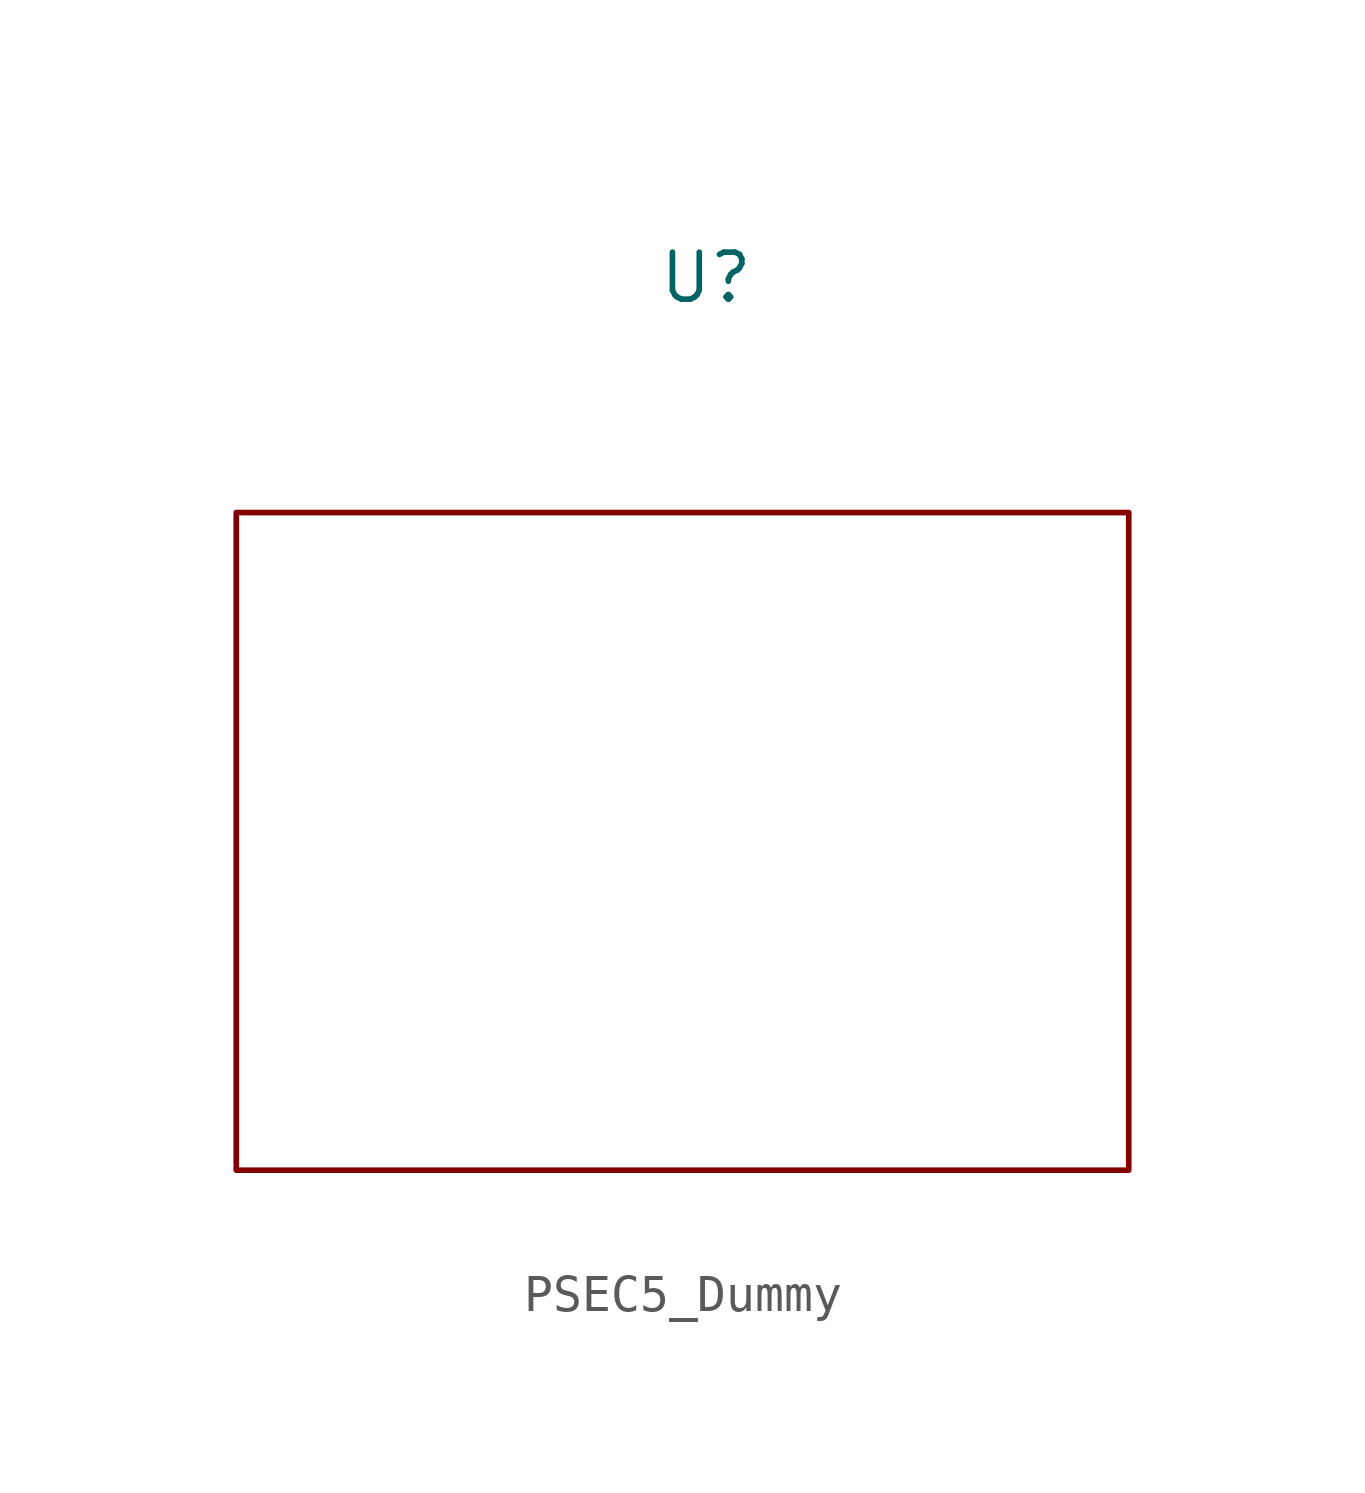
<source format=kicad_sym>
(kicad_symbol_lib
  (version 20231120)
  (generator "kicad_symbol_editor")
  (generator_version "8.0")
  (symbol "PSEC5_Dummy"
    (pin_names
      (offset 1.016))
    (property "Reference" "U"
      (at 0 0 0)
      (effects (font (size 1.27 1.27))))
    (property "Value" ""
      (at 0 0 0)
      (effects (font (size 1.27 1.27))))
    (symbol "PSEC5_Dummy_0_1"
      (rectangle (start -12.7 -6.35) (end 11.43 -24.13) (stroke (width 0) (type default)) (fill (type none))))))
</source>
